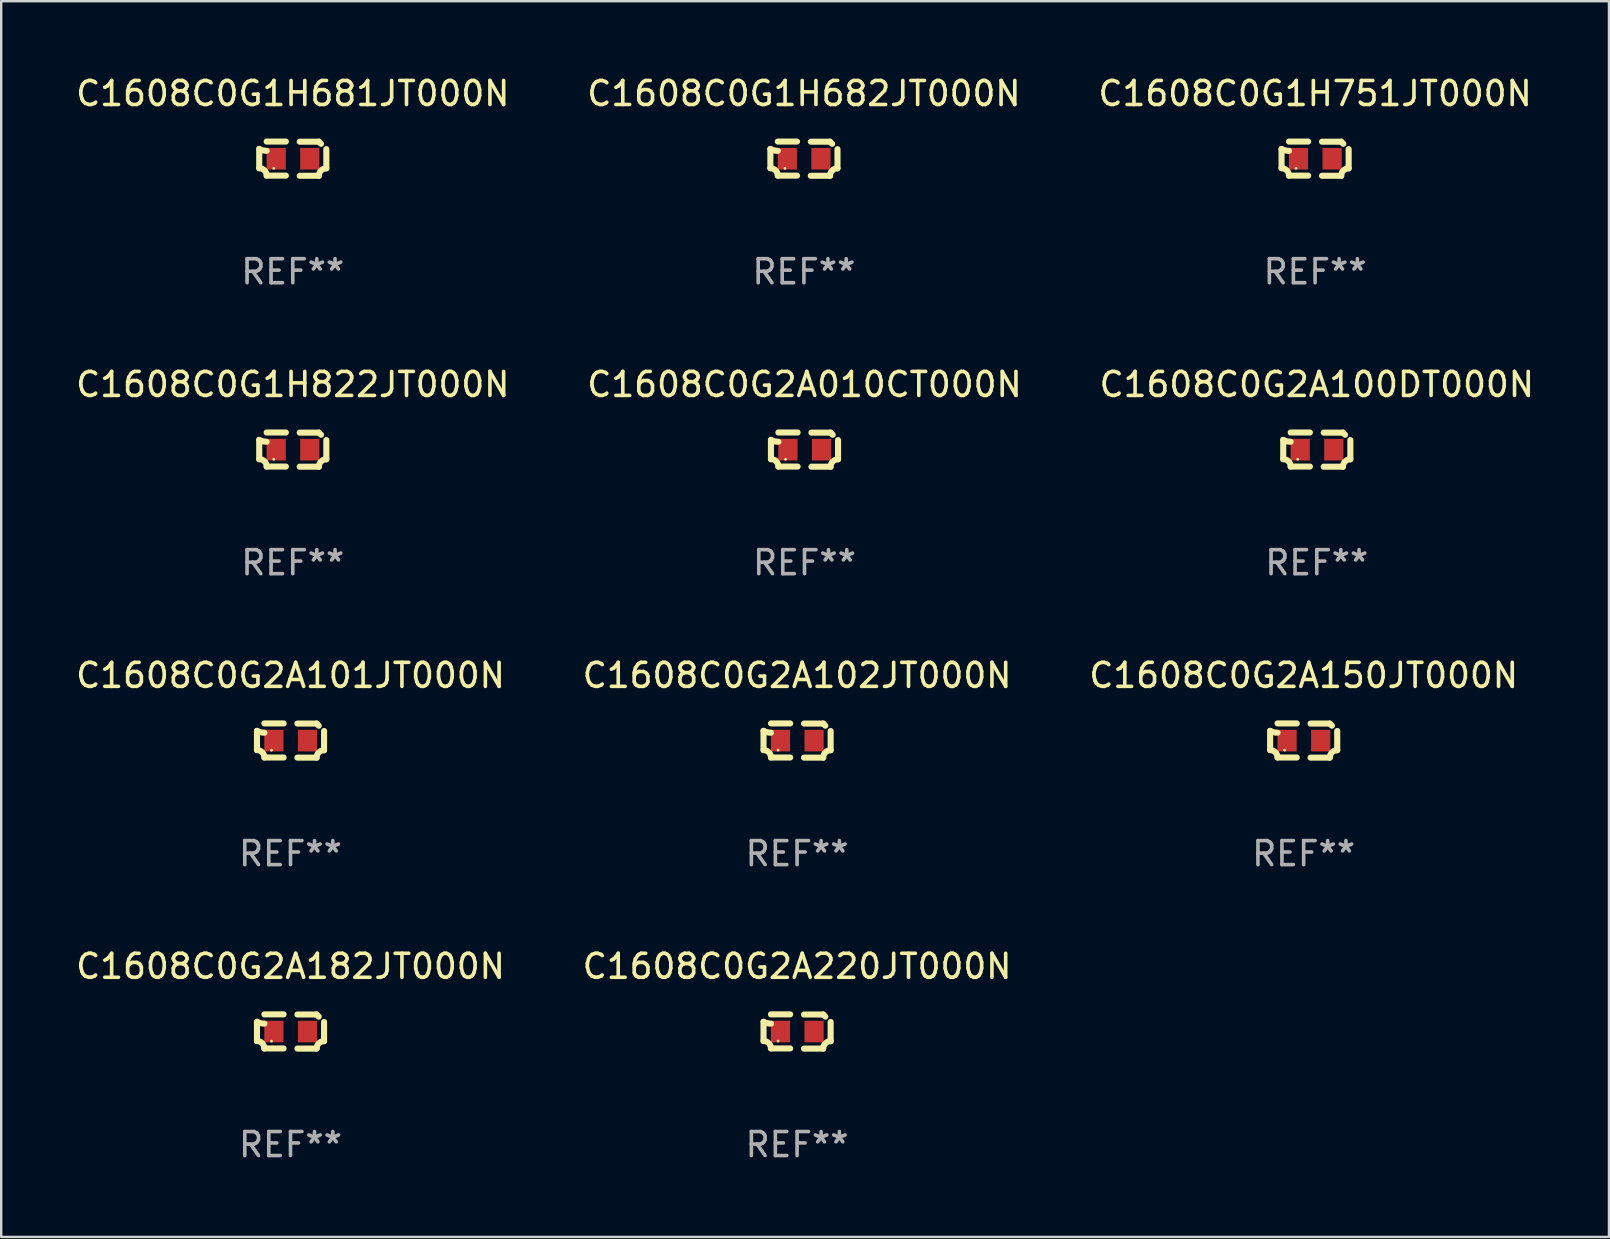
<source format=kicad_pcb>
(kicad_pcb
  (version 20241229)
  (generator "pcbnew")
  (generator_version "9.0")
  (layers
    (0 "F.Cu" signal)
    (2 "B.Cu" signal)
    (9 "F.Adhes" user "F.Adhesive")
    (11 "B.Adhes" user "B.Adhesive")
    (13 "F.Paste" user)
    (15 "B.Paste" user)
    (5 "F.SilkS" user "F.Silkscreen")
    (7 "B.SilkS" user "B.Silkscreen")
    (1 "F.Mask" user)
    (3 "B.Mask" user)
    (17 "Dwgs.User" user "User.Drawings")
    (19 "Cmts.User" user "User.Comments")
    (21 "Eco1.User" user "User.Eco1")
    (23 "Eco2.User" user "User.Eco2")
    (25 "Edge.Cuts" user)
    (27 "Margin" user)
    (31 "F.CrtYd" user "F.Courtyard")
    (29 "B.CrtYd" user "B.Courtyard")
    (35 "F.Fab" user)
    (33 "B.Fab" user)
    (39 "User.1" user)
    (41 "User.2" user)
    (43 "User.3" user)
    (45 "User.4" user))
  (footprint "C1608C0G2A100DT000N"
    (layer "F.Cu")
    (at 51.815 15.683)
    (property "Reference" "C1608C0G2A100DT000N" (at 0 -2.713 0) (layer "F.SilkS") (effects (font (size 1 1) (thickness 0.15))))
    (attr through_hole)
    (fp_line (start -1.398 -0.403) (end -1.398 0.397) (stroke (width 0.254) (type solid)) (layer "F.SilkS"))
    (fp_line (start -0.288 -0.713) (end -1.088 -0.713) (stroke (width 0.254) (type solid)) (layer "F.SilkS"))
    (fp_line (start -0.288 0.707) (end -1.088 0.707) (stroke (width 0.254) (type solid)) (layer "F.SilkS"))
    (fp_line (start 0.288 -0.707) (end 1.088 -0.707) (stroke (width 0.254) (type solid)) (layer "F.SilkS"))
    (fp_line (start 0.288 0.713) (end 1.088 0.713) (stroke (width 0.254) (type solid)) (layer "F.SilkS"))
    (fp_line (start 1.398 -0.397) (end 1.398 0.403) (stroke (width 0.254) (type solid)) (layer "F.SilkS"))
    (fp_arc (start -1.397789 0.397066) (mid -1.178701 0.487826) (end -1.08796 0.706922) (stroke (width 0.254001) (type solid)) (layer "F.SilkS"))
    (fp_arc (start -1.08796 -0.327176) (mid -1.247436 -0.346384) (end -1.39779 -0.402908) (stroke (width 0.254001) (type solid)) (layer "F.SilkS"))
    (fp_arc (start 1.087909 0.712738) (mid 1.178656 0.493655) (end 1.397739 0.402908) (stroke (width 0.254001) (type solid)) (layer "F.SilkS"))
    (fp_arc (start 1.175925 -0.618926) (mid 1.131917 -0.662923) (end 1.08791 -0.706922) (stroke (width 0.254001) (type solid)) (layer "F.SilkS"))
    (fp_circle (center -0.792 0.403) (end -0.762 0.403) (stroke (width 0.06) (type solid)) (fill no) (layer "F.SilkS"))
    (fp_text user "REF**" (at 0 4.713 0) (layer "F.Fab") (effects (font (size 1 1) (thickness 0.15))))
    (pad "1" smd rect (at -0.692 0.003) (size 0.8 0.9) (layers "F.Cu" "F.Mask" "F.Paste"))
    (pad "2" smd rect (at 0.708 0.003) (size 0.8 0.9) (layers "F.Cu" "F.Mask" "F.Paste")))
  (footprint "C1608C0G2A010CT000N"
    (layer "F.Cu")
    (at 30.47 15.683)
    (property "Reference" "C1608C0G2A010CT000N" (at 0 -2.713 0) (layer "F.SilkS") (effects (font (size 1 1) (thickness 0.15))))
    (attr through_hole)
    (fp_line (start -1.398 -0.403) (end -1.398 0.397) (stroke (width 0.254) (type solid)) (layer "F.SilkS"))
    (fp_line (start -0.288 -0.713) (end -1.088 -0.713) (stroke (width 0.254) (type solid)) (layer "F.SilkS"))
    (fp_line (start -0.288 0.707) (end -1.088 0.707) (stroke (width 0.254) (type solid)) (layer "F.SilkS"))
    (fp_line (start 0.288 -0.707) (end 1.088 -0.707) (stroke (width 0.254) (type solid)) (layer "F.SilkS"))
    (fp_line (start 0.288 0.713) (end 1.088 0.713) (stroke (width 0.254) (type solid)) (layer "F.SilkS"))
    (fp_line (start 1.398 -0.397) (end 1.398 0.403) (stroke (width 0.254) (type solid)) (layer "F.SilkS"))
    (fp_arc (start -1.397789 0.397066) (mid -1.178701 0.487826) (end -1.08796 0.706922) (stroke (width 0.254001) (type solid)) (layer "F.SilkS"))
    (fp_arc (start -1.08796 -0.327176) (mid -1.247436 -0.346384) (end -1.39779 -0.402908) (stroke (width 0.254001) (type solid)) (layer "F.SilkS"))
    (fp_arc (start 1.087909 0.712738) (mid 1.178656 0.493655) (end 1.397739 0.402908) (stroke (width 0.254001) (type solid)) (layer "F.SilkS"))
    (fp_arc (start 1.175925 -0.618926) (mid 1.131917 -0.662923) (end 1.08791 -0.706922) (stroke (width 0.254001) (type solid)) (layer "F.SilkS"))
    (fp_circle (center -0.792 0.403) (end -0.762 0.403) (stroke (width 0.06) (type solid)) (fill no) (layer "F.SilkS"))
    (fp_text user "REF**" (at 0 4.713 0) (layer "F.Fab") (effects (font (size 1 1) (thickness 0.15))))
    (pad "1" smd rect (at -0.692 0.003) (size 0.8 0.9) (layers "F.Cu" "F.Mask" "F.Paste"))
    (pad "2" smd rect (at 0.708 0.003) (size 0.8 0.9) (layers "F.Cu" "F.Mask" "F.Paste")))
  (footprint "C1608C0G1H751JT000N"
    (layer "F.Cu")
    (at 51.744 3.561)
    (property "Reference" "C1608C0G1H751JT000N" (at 0 -2.713 0) (layer "F.SilkS") (effects (font (size 1 1) (thickness 0.15))))
    (attr through_hole)
    (fp_line (start -1.398 -0.403) (end -1.398 0.397) (stroke (width 0.254) (type solid)) (layer "F.SilkS"))
    (fp_line (start -0.288 -0.713) (end -1.088 -0.713) (stroke (width 0.254) (type solid)) (layer "F.SilkS"))
    (fp_line (start -0.288 0.707) (end -1.088 0.707) (stroke (width 0.254) (type solid)) (layer "F.SilkS"))
    (fp_line (start 0.288 -0.707) (end 1.088 -0.707) (stroke (width 0.254) (type solid)) (layer "F.SilkS"))
    (fp_line (start 0.288 0.713) (end 1.088 0.713) (stroke (width 0.254) (type solid)) (layer "F.SilkS"))
    (fp_line (start 1.398 -0.397) (end 1.398 0.403) (stroke (width 0.254) (type solid)) (layer "F.SilkS"))
    (fp_arc (start -1.397789 0.397066) (mid -1.178701 0.487826) (end -1.08796 0.706922) (stroke (width 0.254001) (type solid)) (layer "F.SilkS"))
    (fp_arc (start -1.08796 -0.327176) (mid -1.247436 -0.346384) (end -1.39779 -0.402908) (stroke (width 0.254001) (type solid)) (layer "F.SilkS"))
    (fp_arc (start 1.087909 0.712738) (mid 1.178656 0.493655) (end 1.397739 0.402908) (stroke (width 0.254001) (type solid)) (layer "F.SilkS"))
    (fp_arc (start 1.175925 -0.618926) (mid 1.131917 -0.662923) (end 1.08791 -0.706922) (stroke (width 0.254001) (type solid)) (layer "F.SilkS"))
    (fp_circle (center -0.792 0.403) (end -0.762 0.403) (stroke (width 0.06) (type solid)) (fill no) (layer "F.SilkS"))
    (fp_text user "REF**" (at 0 4.713 0) (layer "F.Fab") (effects (font (size 1 1) (thickness 0.15))))
    (pad "1" smd rect (at -0.692 0.003) (size 0.8 0.9) (layers "F.Cu" "F.Mask" "F.Paste"))
    (pad "2" smd rect (at 0.708 0.003) (size 0.8 0.9) (layers "F.Cu" "F.Mask" "F.Paste")))
  (footprint "C1608C0G1H682JT000N"
    (layer "F.Cu")
    (at 30.446 3.561)
    (property "Reference" "C1608C0G1H682JT000N" (at 0 -2.713 0) (layer "F.SilkS") (effects (font (size 1 1) (thickness 0.15))))
    (attr through_hole)
    (fp_line (start -1.398 -0.403) (end -1.398 0.397) (stroke (width 0.254) (type solid)) (layer "F.SilkS"))
    (fp_line (start -0.288 -0.713) (end -1.088 -0.713) (stroke (width 0.254) (type solid)) (layer "F.SilkS"))
    (fp_line (start -0.288 0.707) (end -1.088 0.707) (stroke (width 0.254) (type solid)) (layer "F.SilkS"))
    (fp_line (start 0.288 -0.707) (end 1.088 -0.707) (stroke (width 0.254) (type solid)) (layer "F.SilkS"))
    (fp_line (start 0.288 0.713) (end 1.088 0.713) (stroke (width 0.254) (type solid)) (layer "F.SilkS"))
    (fp_line (start 1.398 -0.397) (end 1.398 0.403) (stroke (width 0.254) (type solid)) (layer "F.SilkS"))
    (fp_arc (start -1.397789 0.397066) (mid -1.178701 0.487826) (end -1.08796 0.706922) (stroke (width 0.254001) (type solid)) (layer "F.SilkS"))
    (fp_arc (start -1.08796 -0.327176) (mid -1.247436 -0.346384) (end -1.39779 -0.402908) (stroke (width 0.254001) (type solid)) (layer "F.SilkS"))
    (fp_arc (start 1.087909 0.712738) (mid 1.178656 0.493655) (end 1.397739 0.402908) (stroke (width 0.254001) (type solid)) (layer "F.SilkS"))
    (fp_arc (start 1.175925 -0.618926) (mid 1.131917 -0.662923) (end 1.08791 -0.706922) (stroke (width 0.254001) (type solid)) (layer "F.SilkS"))
    (fp_circle (center -0.792 0.403) (end -0.762 0.403) (stroke (width 0.06) (type solid)) (fill no) (layer "F.SilkS"))
    (fp_text user "REF**" (at 0 4.713 0) (layer "F.Fab") (effects (font (size 1 1) (thickness 0.15))))
    (pad "1" smd rect (at -0.692 0.003) (size 0.8 0.9) (layers "F.Cu" "F.Mask" "F.Paste"))
    (pad "2" smd rect (at 0.708 0.003) (size 0.8 0.9) (layers "F.Cu" "F.Mask" "F.Paste")))
  (footprint "C1608C0G1H681JT000N"
    (layer "F.Cu")
    (at 9.149 3.561)
    (property "Reference" "C1608C0G1H681JT000N" (at 0 -2.713 0) (layer "F.SilkS") (effects (font (size 1 1) (thickness 0.15))))
    (attr through_hole)
    (fp_line (start -1.398 -0.403) (end -1.398 0.397) (stroke (width 0.254) (type solid)) (layer "F.SilkS"))
    (fp_line (start -0.288 -0.713) (end -1.088 -0.713) (stroke (width 0.254) (type solid)) (layer "F.SilkS"))
    (fp_line (start -0.288 0.707) (end -1.088 0.707) (stroke (width 0.254) (type solid)) (layer "F.SilkS"))
    (fp_line (start 0.288 -0.707) (end 1.088 -0.707) (stroke (width 0.254) (type solid)) (layer "F.SilkS"))
    (fp_line (start 0.288 0.713) (end 1.088 0.713) (stroke (width 0.254) (type solid)) (layer "F.SilkS"))
    (fp_line (start 1.398 -0.397) (end 1.398 0.403) (stroke (width 0.254) (type solid)) (layer "F.SilkS"))
    (fp_arc (start -1.397789 0.397066) (mid -1.178701 0.487826) (end -1.08796 0.706922) (stroke (width 0.254001) (type solid)) (layer "F.SilkS"))
    (fp_arc (start -1.08796 -0.327176) (mid -1.247436 -0.346384) (end -1.39779 -0.402908) (stroke (width 0.254001) (type solid)) (layer "F.SilkS"))
    (fp_arc (start 1.087909 0.712738) (mid 1.178656 0.493655) (end 1.397739 0.402908) (stroke (width 0.254001) (type solid)) (layer "F.SilkS"))
    (fp_arc (start 1.175925 -0.618926) (mid 1.131917 -0.662923) (end 1.08791 -0.706922) (stroke (width 0.254001) (type solid)) (layer "F.SilkS"))
    (fp_circle (center -0.792 0.403) (end -0.762 0.403) (stroke (width 0.06) (type solid)) (fill no) (layer "F.SilkS"))
    (fp_text user "REF**" (at 0 4.713 0) (layer "F.Fab") (effects (font (size 1 1) (thickness 0.15))))
    (pad "1" smd rect (at -0.692 0.003) (size 0.8 0.9) (layers "F.Cu" "F.Mask" "F.Paste"))
    (pad "2" smd rect (at 0.708 0.003) (size 0.8 0.9) (layers "F.Cu" "F.Mask" "F.Paste")))
  (footprint "C1608C0G2A220JT000N"
    (layer "F.Cu")
    (at 30.161 39.927)
    (property "Reference" "C1608C0G2A220JT000N" (at 0 -2.713 0) (layer "F.SilkS") (effects (font (size 1 1) (thickness 0.15))))
    (attr through_hole)
    (fp_line (start -1.398 -0.403) (end -1.398 0.397) (stroke (width 0.254) (type solid)) (layer "F.SilkS"))
    (fp_line (start -0.288 -0.713) (end -1.088 -0.713) (stroke (width 0.254) (type solid)) (layer "F.SilkS"))
    (fp_line (start -0.288 0.707) (end -1.088 0.707) (stroke (width 0.254) (type solid)) (layer "F.SilkS"))
    (fp_line (start 0.288 -0.707) (end 1.088 -0.707) (stroke (width 0.254) (type solid)) (layer "F.SilkS"))
    (fp_line (start 0.288 0.713) (end 1.088 0.713) (stroke (width 0.254) (type solid)) (layer "F.SilkS"))
    (fp_line (start 1.398 -0.397) (end 1.398 0.403) (stroke (width 0.254) (type solid)) (layer "F.SilkS"))
    (fp_arc (start -1.397789 0.397066) (mid -1.178701 0.487826) (end -1.08796 0.706922) (stroke (width 0.254001) (type solid)) (layer "F.SilkS"))
    (fp_arc (start -1.08796 -0.327176) (mid -1.247436 -0.346384) (end -1.39779 -0.402908) (stroke (width 0.254001) (type solid)) (layer "F.SilkS"))
    (fp_arc (start 1.087909 0.712738) (mid 1.178656 0.493655) (end 1.397739 0.402908) (stroke (width 0.254001) (type solid)) (layer "F.SilkS"))
    (fp_arc (start 1.175925 -0.618926) (mid 1.131917 -0.662923) (end 1.08791 -0.706922) (stroke (width 0.254001) (type solid)) (layer "F.SilkS"))
    (fp_circle (center -0.792 0.403) (end -0.762 0.403) (stroke (width 0.06) (type solid)) (fill no) (layer "F.SilkS"))
    (fp_text user "REF**" (at 0 4.713 0) (layer "F.Fab") (effects (font (size 1 1) (thickness 0.15))))
    (pad "1" smd rect (at -0.692 0.003) (size 0.8 0.9) (layers "F.Cu" "F.Mask" "F.Paste"))
    (pad "2" smd rect (at 0.708 0.003) (size 0.8 0.9) (layers "F.Cu" "F.Mask" "F.Paste")))
  (footprint "C1608C0G1H822JT000N"
    (layer "F.Cu")
    (at 9.149 15.683)
    (property "Reference" "C1608C0G1H822JT000N" (at 0 -2.713 0) (layer "F.SilkS") (effects (font (size 1 1) (thickness 0.15))))
    (attr through_hole)
    (fp_line (start -1.398 -0.403) (end -1.398 0.397) (stroke (width 0.254) (type solid)) (layer "F.SilkS"))
    (fp_line (start -0.288 -0.713) (end -1.088 -0.713) (stroke (width 0.254) (type solid)) (layer "F.SilkS"))
    (fp_line (start -0.288 0.707) (end -1.088 0.707) (stroke (width 0.254) (type solid)) (layer "F.SilkS"))
    (fp_line (start 0.288 -0.707) (end 1.088 -0.707) (stroke (width 0.254) (type solid)) (layer "F.SilkS"))
    (fp_line (start 0.288 0.713) (end 1.088 0.713) (stroke (width 0.254) (type solid)) (layer "F.SilkS"))
    (fp_line (start 1.398 -0.397) (end 1.398 0.403) (stroke (width 0.254) (type solid)) (layer "F.SilkS"))
    (fp_arc (start -1.397789 0.397066) (mid -1.178701 0.487826) (end -1.08796 0.706922) (stroke (width 0.254001) (type solid)) (layer "F.SilkS"))
    (fp_arc (start -1.08796 -0.327176) (mid -1.247436 -0.346384) (end -1.39779 -0.402908) (stroke (width 0.254001) (type solid)) (layer "F.SilkS"))
    (fp_arc (start 1.087909 0.712738) (mid 1.178656 0.493655) (end 1.397739 0.402908) (stroke (width 0.254001) (type solid)) (layer "F.SilkS"))
    (fp_arc (start 1.175925 -0.618926) (mid 1.131917 -0.662923) (end 1.08791 -0.706922) (stroke (width 0.254001) (type solid)) (layer "F.SilkS"))
    (fp_circle (center -0.792 0.403) (end -0.762 0.403) (stroke (width 0.06) (type solid)) (fill no) (layer "F.SilkS"))
    (fp_text user "REF**" (at 0 4.713 0) (layer "F.Fab") (effects (font (size 1 1) (thickness 0.15))))
    (pad "1" smd rect (at -0.692 0.003) (size 0.8 0.9) (layers "F.Cu" "F.Mask" "F.Paste"))
    (pad "2" smd rect (at 0.708 0.003) (size 0.8 0.9) (layers "F.Cu" "F.Mask" "F.Paste")))
  (footprint "C1608C0G2A150JT000N"
    (layer "F.Cu")
    (at 51.268 27.805)
    (property "Reference" "C1608C0G2A150JT000N" (at 0 -2.713 0) (layer "F.SilkS") (effects (font (size 1 1) (thickness 0.15))))
    (attr through_hole)
    (fp_line (start -1.398 -0.403) (end -1.398 0.397) (stroke (width 0.254) (type solid)) (layer "F.SilkS"))
    (fp_line (start -0.288 -0.713) (end -1.088 -0.713) (stroke (width 0.254) (type solid)) (layer "F.SilkS"))
    (fp_line (start -0.288 0.707) (end -1.088 0.707) (stroke (width 0.254) (type solid)) (layer "F.SilkS"))
    (fp_line (start 0.288 -0.707) (end 1.088 -0.707) (stroke (width 0.254) (type solid)) (layer "F.SilkS"))
    (fp_line (start 0.288 0.713) (end 1.088 0.713) (stroke (width 0.254) (type solid)) (layer "F.SilkS"))
    (fp_line (start 1.398 -0.397) (end 1.398 0.403) (stroke (width 0.254) (type solid)) (layer "F.SilkS"))
    (fp_arc (start -1.397789 0.397066) (mid -1.178701 0.487826) (end -1.08796 0.706922) (stroke (width 0.254001) (type solid)) (layer "F.SilkS"))
    (fp_arc (start -1.08796 -0.327176) (mid -1.247436 -0.346384) (end -1.39779 -0.402908) (stroke (width 0.254001) (type solid)) (layer "F.SilkS"))
    (fp_arc (start 1.087909 0.712738) (mid 1.178656 0.493655) (end 1.397739 0.402908) (stroke (width 0.254001) (type solid)) (layer "F.SilkS"))
    (fp_arc (start 1.175925 -0.618926) (mid 1.131917 -0.662923) (end 1.08791 -0.706922) (stroke (width 0.254001) (type solid)) (layer "F.SilkS"))
    (fp_circle (center -0.792 0.403) (end -0.762 0.403) (stroke (width 0.06) (type solid)) (fill no) (layer "F.SilkS"))
    (fp_text user "REF**" (at 0 4.713 0) (layer "F.Fab") (effects (font (size 1 1) (thickness 0.15))))
    (pad "1" smd rect (at -0.692 0.003) (size 0.8 0.9) (layers "F.Cu" "F.Mask" "F.Paste"))
    (pad "2" smd rect (at 0.708 0.003) (size 0.8 0.9) (layers "F.Cu" "F.Mask" "F.Paste")))
  (footprint "C1608C0G2A182JT000N"
    (layer "F.Cu")
    (at 9.054 39.927)
    (property "Reference" "C1608C0G2A182JT000N" (at 0 -2.713 0) (layer "F.SilkS") (effects (font (size 1 1) (thickness 0.15))))
    (attr through_hole)
    (fp_line (start -1.398 -0.403) (end -1.398 0.397) (stroke (width 0.254) (type solid)) (layer "F.SilkS"))
    (fp_line (start -0.288 -0.713) (end -1.088 -0.713) (stroke (width 0.254) (type solid)) (layer "F.SilkS"))
    (fp_line (start -0.288 0.707) (end -1.088 0.707) (stroke (width 0.254) (type solid)) (layer "F.SilkS"))
    (fp_line (start 0.288 -0.707) (end 1.088 -0.707) (stroke (width 0.254) (type solid)) (layer "F.SilkS"))
    (fp_line (start 0.288 0.713) (end 1.088 0.713) (stroke (width 0.254) (type solid)) (layer "F.SilkS"))
    (fp_line (start 1.398 -0.397) (end 1.398 0.403) (stroke (width 0.254) (type solid)) (layer "F.SilkS"))
    (fp_arc (start -1.397789 0.397066) (mid -1.178701 0.487826) (end -1.08796 0.706922) (stroke (width 0.254001) (type solid)) (layer "F.SilkS"))
    (fp_arc (start -1.08796 -0.327176) (mid -1.247436 -0.346384) (end -1.39779 -0.402908) (stroke (width 0.254001) (type solid)) (layer "F.SilkS"))
    (fp_arc (start 1.087909 0.712738) (mid 1.178656 0.493655) (end 1.397739 0.402908) (stroke (width 0.254001) (type solid)) (layer "F.SilkS"))
    (fp_arc (start 1.175925 -0.618926) (mid 1.131917 -0.662923) (end 1.08791 -0.706922) (stroke (width 0.254001) (type solid)) (layer "F.SilkS"))
    (fp_circle (center -0.792 0.403) (end -0.762 0.403) (stroke (width 0.06) (type solid)) (fill no) (layer "F.SilkS"))
    (fp_text user "REF**" (at 0 4.713 0) (layer "F.Fab") (effects (font (size 1 1) (thickness 0.15))))
    (pad "1" smd rect (at -0.692 0.003) (size 0.8 0.9) (layers "F.Cu" "F.Mask" "F.Paste"))
    (pad "2" smd rect (at 0.708 0.003) (size 0.8 0.9) (layers "F.Cu" "F.Mask" "F.Paste")))
  (footprint "C1608C0G2A102JT000N"
    (layer "F.Cu")
    (at 30.161 27.805)
    (property "Reference" "C1608C0G2A102JT000N" (at 0 -2.713 0) (layer "F.SilkS") (effects (font (size 1 1) (thickness 0.15))))
    (attr through_hole)
    (fp_line (start -1.398 -0.403) (end -1.398 0.397) (stroke (width 0.254) (type solid)) (layer "F.SilkS"))
    (fp_line (start -0.288 -0.713) (end -1.088 -0.713) (stroke (width 0.254) (type solid)) (layer "F.SilkS"))
    (fp_line (start -0.288 0.707) (end -1.088 0.707) (stroke (width 0.254) (type solid)) (layer "F.SilkS"))
    (fp_line (start 0.288 -0.707) (end 1.088 -0.707) (stroke (width 0.254) (type solid)) (layer "F.SilkS"))
    (fp_line (start 0.288 0.713) (end 1.088 0.713) (stroke (width 0.254) (type solid)) (layer "F.SilkS"))
    (fp_line (start 1.398 -0.397) (end 1.398 0.403) (stroke (width 0.254) (type solid)) (layer "F.SilkS"))
    (fp_arc (start -1.397789 0.397066) (mid -1.178701 0.487826) (end -1.08796 0.706922) (stroke (width 0.254001) (type solid)) (layer "F.SilkS"))
    (fp_arc (start -1.08796 -0.327176) (mid -1.247436 -0.346384) (end -1.39779 -0.402908) (stroke (width 0.254001) (type solid)) (layer "F.SilkS"))
    (fp_arc (start 1.087909 0.712738) (mid 1.178656 0.493655) (end 1.397739 0.402908) (stroke (width 0.254001) (type solid)) (layer "F.SilkS"))
    (fp_arc (start 1.175925 -0.618926) (mid 1.131917 -0.662923) (end 1.08791 -0.706922) (stroke (width 0.254001) (type solid)) (layer "F.SilkS"))
    (fp_circle (center -0.792 0.403) (end -0.762 0.403) (stroke (width 0.06) (type solid)) (fill no) (layer "F.SilkS"))
    (fp_text user "REF**" (at 0 4.713 0) (layer "F.Fab") (effects (font (size 1 1) (thickness 0.15))))
    (pad "1" smd rect (at -0.692 0.003) (size 0.8 0.9) (layers "F.Cu" "F.Mask" "F.Paste"))
    (pad "2" smd rect (at 0.708 0.003) (size 0.8 0.9) (layers "F.Cu" "F.Mask" "F.Paste")))
  (footprint "C1608C0G2A101JT000N"
    (layer "F.Cu")
    (at 9.054 27.805)
    (property "Reference" "C1608C0G2A101JT000N" (at 0 -2.713 0) (layer "F.SilkS") (effects (font (size 1 1) (thickness 0.15))))
    (attr through_hole)
    (fp_line (start -1.398 -0.403) (end -1.398 0.397) (stroke (width 0.254) (type solid)) (layer "F.SilkS"))
    (fp_line (start -0.288 -0.713) (end -1.088 -0.713) (stroke (width 0.254) (type solid)) (layer "F.SilkS"))
    (fp_line (start -0.288 0.707) (end -1.088 0.707) (stroke (width 0.254) (type solid)) (layer "F.SilkS"))
    (fp_line (start 0.288 -0.707) (end 1.088 -0.707) (stroke (width 0.254) (type solid)) (layer "F.SilkS"))
    (fp_line (start 0.288 0.713) (end 1.088 0.713) (stroke (width 0.254) (type solid)) (layer "F.SilkS"))
    (fp_line (start 1.398 -0.397) (end 1.398 0.403) (stroke (width 0.254) (type solid)) (layer "F.SilkS"))
    (fp_arc (start -1.397789 0.397066) (mid -1.178701 0.487826) (end -1.08796 0.706922) (stroke (width 0.254001) (type solid)) (layer "F.SilkS"))
    (fp_arc (start -1.08796 -0.327176) (mid -1.247436 -0.346384) (end -1.39779 -0.402908) (stroke (width 0.254001) (type solid)) (layer "F.SilkS"))
    (fp_arc (start 1.087909 0.712738) (mid 1.178656 0.493655) (end 1.397739 0.402908) (stroke (width 0.254001) (type solid)) (layer "F.SilkS"))
    (fp_arc (start 1.175925 -0.618926) (mid 1.131917 -0.662923) (end 1.08791 -0.706922) (stroke (width 0.254001) (type solid)) (layer "F.SilkS"))
    (fp_circle (center -0.792 0.403) (end -0.762 0.403) (stroke (width 0.06) (type solid)) (fill no) (layer "F.SilkS"))
    (fp_text user "REF**" (at 0 4.713 0) (layer "F.Fab") (effects (font (size 1 1) (thickness 0.15))))
    (pad "1" smd rect (at -0.692 0.003) (size 0.8 0.9) (layers "F.Cu" "F.Mask" "F.Paste"))
    (pad "2" smd rect (at 0.708 0.003) (size 0.8 0.9) (layers "F.Cu" "F.Mask" "F.Paste")))
  (gr_rect
    (start -3 -3)
    (end 63.988 48.488)
    (stroke (width 0.1) (type default))
    (fill no)
    (layer "Edge.Cuts")))
</source>
